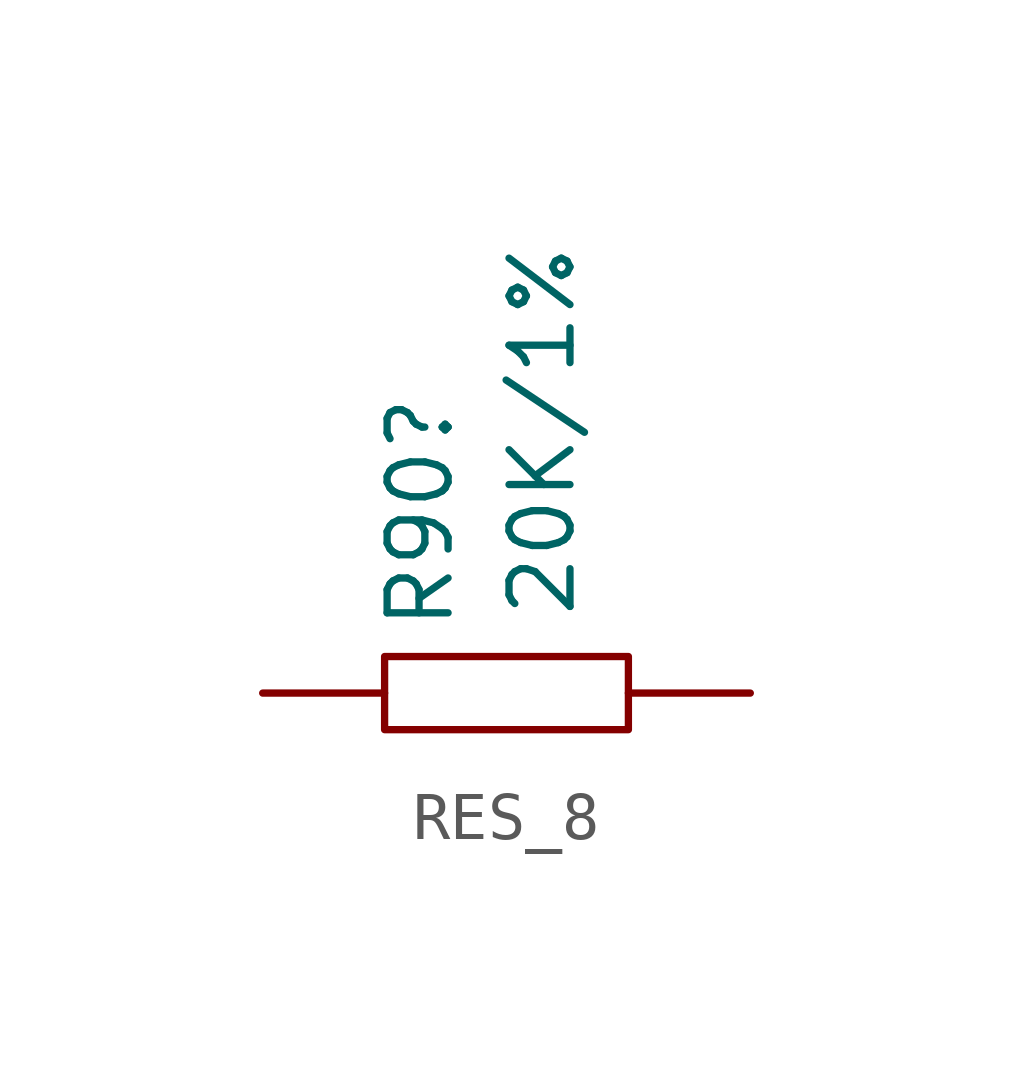
<source format=kicad_sym>
(kicad_symbol_lib
  (version 20241209)
  (generator "kicad_symbol_editor")
  (generator_version "9.0")
  (symbol "RES_8"
    (pin_numbers
      (hide yes))
    (pin_names
      (hide yes))
    (property "Reference" "R90"
      (at 0 -1.27 90)
      (effects (font (size 1.27 1.27)) (justify left top)))
    (property "Value" "20K/1%"
      (at 2.54 -1.016 90)
      (effects (font (size 1.27 1.27)) (justify left top)))
    (symbol "RES_8_1_0"
      (rectangle (start 0 -1.778) (end 5.08 -3.302) (stroke (width 0) (type default)) (fill (type none)))
      (pin passive line (at -2.54 -2.54 0) (length 2.54) (name "1" (effects (font (size 1.27 1.27)))) (number "1" (effects (font (size 1.27 1.27)))))
      (pin passive line (at 7.62 -2.54 180) (length 2.54) (name "2" (effects (font (size 1.27 1.27)))) (number "2" (effects (font (size 1.27 1.27))))))))
</source>
